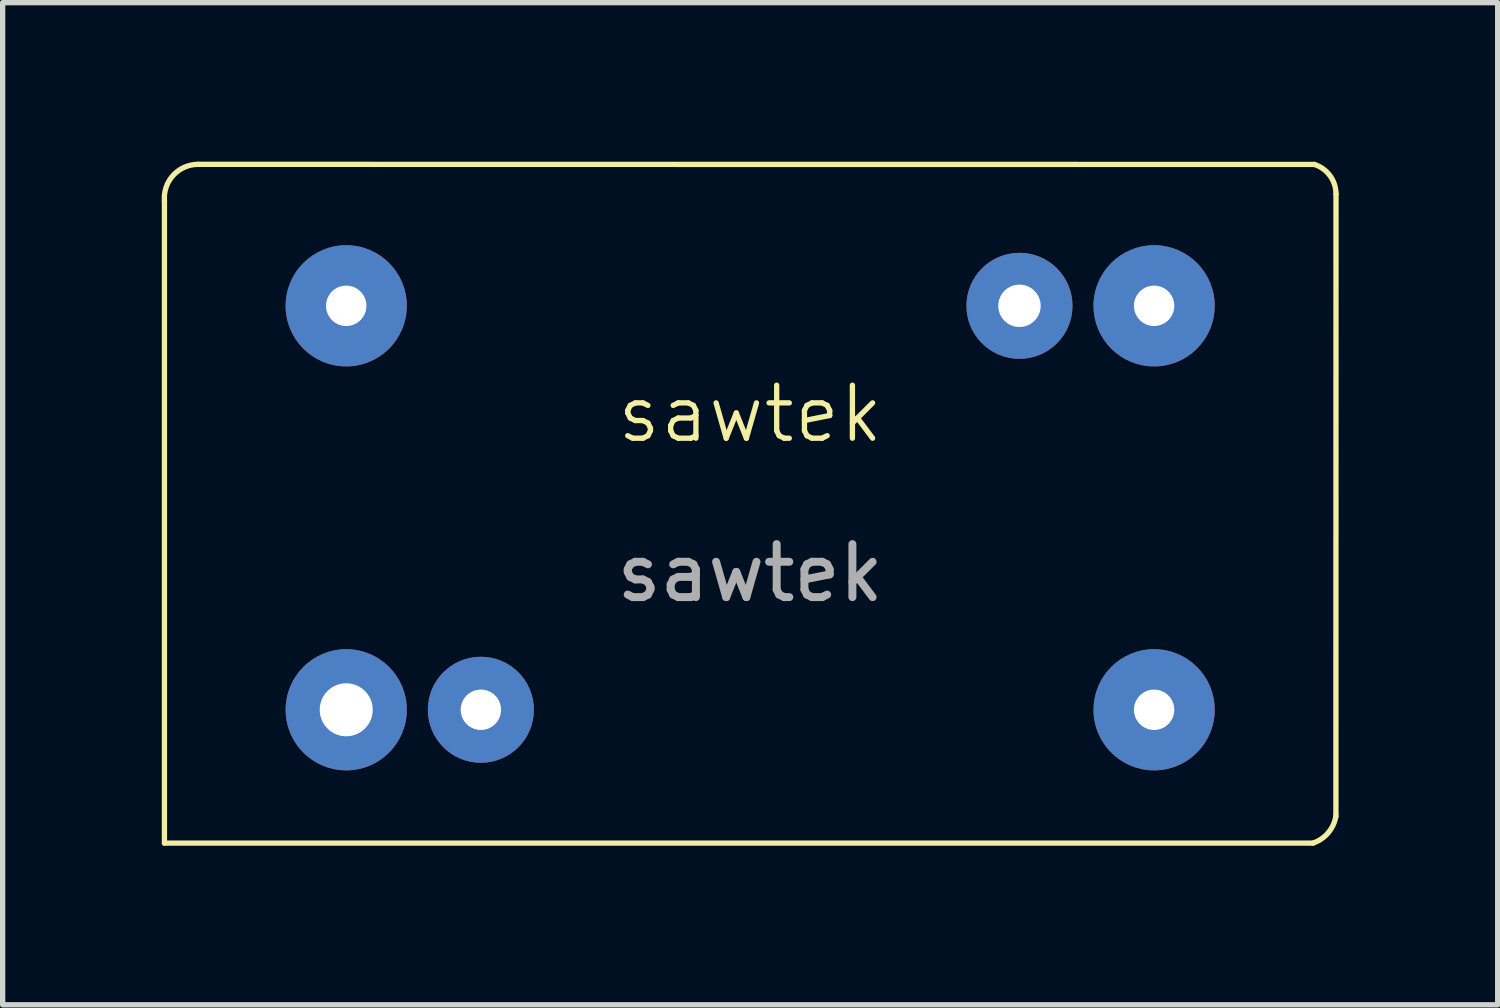
<source format=kicad_pcb>
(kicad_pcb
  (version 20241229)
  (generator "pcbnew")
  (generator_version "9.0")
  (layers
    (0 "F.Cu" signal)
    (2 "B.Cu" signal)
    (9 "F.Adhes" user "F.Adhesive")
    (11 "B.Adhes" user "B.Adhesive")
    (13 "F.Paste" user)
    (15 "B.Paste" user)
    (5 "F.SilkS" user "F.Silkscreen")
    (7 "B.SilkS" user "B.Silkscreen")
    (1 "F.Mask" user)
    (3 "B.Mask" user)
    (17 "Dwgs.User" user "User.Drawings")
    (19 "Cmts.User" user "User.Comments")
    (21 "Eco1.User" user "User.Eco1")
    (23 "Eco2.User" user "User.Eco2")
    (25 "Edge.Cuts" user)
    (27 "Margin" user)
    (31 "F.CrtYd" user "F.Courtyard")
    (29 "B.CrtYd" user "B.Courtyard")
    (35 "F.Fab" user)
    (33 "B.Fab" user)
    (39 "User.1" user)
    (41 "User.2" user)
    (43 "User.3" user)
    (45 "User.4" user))
  (footprint "sawtek"
    (layer "F.Cu")
    (at 11.101 5.259)
    (property "Reference" "sawtek" (at 0 -0.5 0) (unlocked yes) (layer "F.SilkS") (effects (font (size 1 1) (thickness 0.1))))
    (attr through_hole)
    (fp_line (start -11.049 7.595) (end -11.049 -4.521) (stroke (width 0.1) (type default)) (layer "F.SilkS"))
    (fp_line (start -10.414 -5.209) (end 10.643 -5.207) (stroke (width 0.1) (type default)) (layer "F.SilkS"))
    (fp_line (start 10.617 7.595) (end -11.049 7.595) (stroke (width 0.1) (type default)) (layer "F.SilkS"))
    (fp_line (start 11.051 -4.648) (end 11.049 7.087) (stroke (width 0.1) (type default)) (layer "F.SilkS"))
    (fp_arc (start -11.048999 -4.5212) (mid -10.882063 -5.004113) (end -10.414 -5.209028) (stroke (width 0.1) (type default)) (layer "F.SilkS"))
    (fp_arc (start 10.6426 -5.206998) (mid 10.938155 -4.994325) (end 11.051203 -4.6482) (stroke (width 0.1) (type default)) (layer "F.SilkS"))
    (fp_arc (start 11.048504 7.086521) (mid 10.903871 7.400848) (end 10.6172 7.5946) (stroke (width 0.1) (type default)) (layer "F.SilkS"))
    (fp_text user "${REFERENCE}" (at 0 2.5 0) (unlocked yes) (layer "F.Fab") (effects (font (size 1 1) (thickness 0.15))))
    (pad "1" thru_hole circle (at -7.62 -2.54) (size 2.286 2.286) (drill 0.762) (layers "*.Cu" "*.Mask"))
    (pad "2" thru_hole circle (at 7.62 -2.54) (size 2.286 2.286) (drill 0.762) (layers "*.Cu" "*.Mask"))
    (pad "3" thru_hole circle (at -7.62 5.08) (size 2.286 2.286) (drill 1) (layers "*.Cu" "*.Mask"))
    (pad "4" thru_hole circle (at 7.62 5.08) (size 2.286 2.286) (drill 0.762) (layers "*.Cu" "*.Mask"))
    (pad "5" thru_hole circle (at -5.08 5.08) (size 2 2) (drill 0.762) (layers "*.Cu" "*.Mask"))
    (pad "6" thru_hole circle (at 5.08 -2.54) (size 2 2) (drill 0.8) (layers "*.Cu" "*.Mask")))
  (gr_rect
    (start -3 -3)
    (end 25.202 15.904)
    (stroke (width 0.1) (type default))
    (fill no)
    (layer "Edge.Cuts")))
</source>
